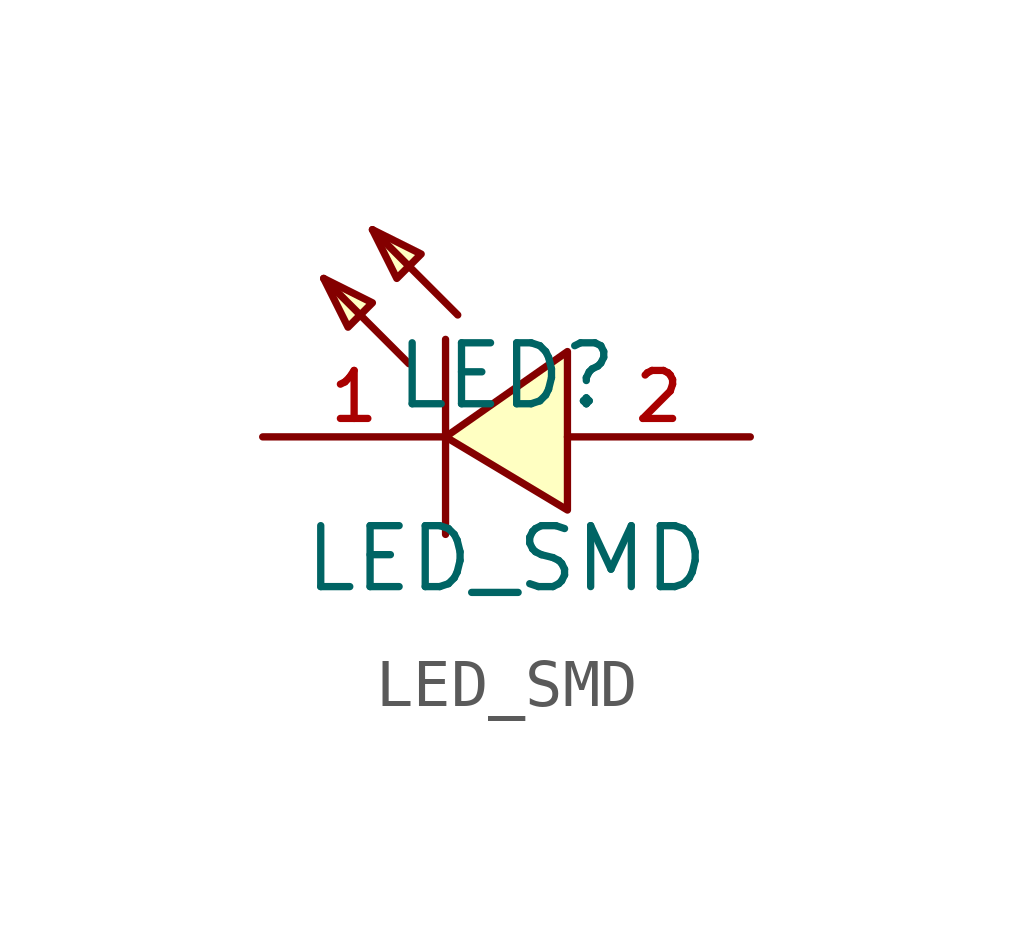
<source format=kicad_sym>
(kicad_symbol_lib
  (version 20231120)
  (generator "kicad_symbol_editor")
  (generator_version "8.0")
  (symbol "LED_SMD"
    (pin_names hide)
    (property "Reference" "LED"
      (at 0 1.27 0)
      (effects (font (size 1.27 1.27))))
    (property "Value" "LED_SMD"
      (at 0 -2.54 0)
      (effects (font (size 1.27 1.27))))
    (symbol "LED_SMD_0_1"
      (polyline (pts (xy -2.032 1.524) (xy -3.81 3.302)) (stroke (width 0) (type default)) (fill (type none)))
      (polyline (pts (xy -1.27 2.032) (xy -1.27 -2.032)) (stroke (width 0) (type default)) (fill (type none)))
      (polyline (pts (xy -1.016 2.54) (xy -2.794 4.318)) (stroke (width 0) (type default)) (fill (type none)))
      (polyline (pts (xy -3.81 3.302) (xy -2.794 2.794) (xy -3.302 2.286) (xy -3.81 3.302)) (stroke (width 0) (type default)) (fill (type background)))
      (polyline (pts (xy -2.794 4.318) (xy -1.778 3.81) (xy -2.286 3.302) (xy -2.794 4.318)) (stroke (width 0) (type default)) (fill (type background)))
      (polyline (pts (xy 1.27 -1.524) (xy -1.27 0) (xy 1.27 1.778) (xy 1.27 -1.524)) (stroke (width 0) (type default)) (fill (type background)))
      (pin unspecified line (at -5.08 0 0) (length 3.81) (name "K" (effects (font (size 1 1)))) (number "1" (effects (font (size 1 1)))))
      (pin unspecified line (at 5.08 0 180) (length 3.81) (name "A" (effects (font (size 1 1)))) (number "2" (effects (font (size 1 1))))))))
</source>
